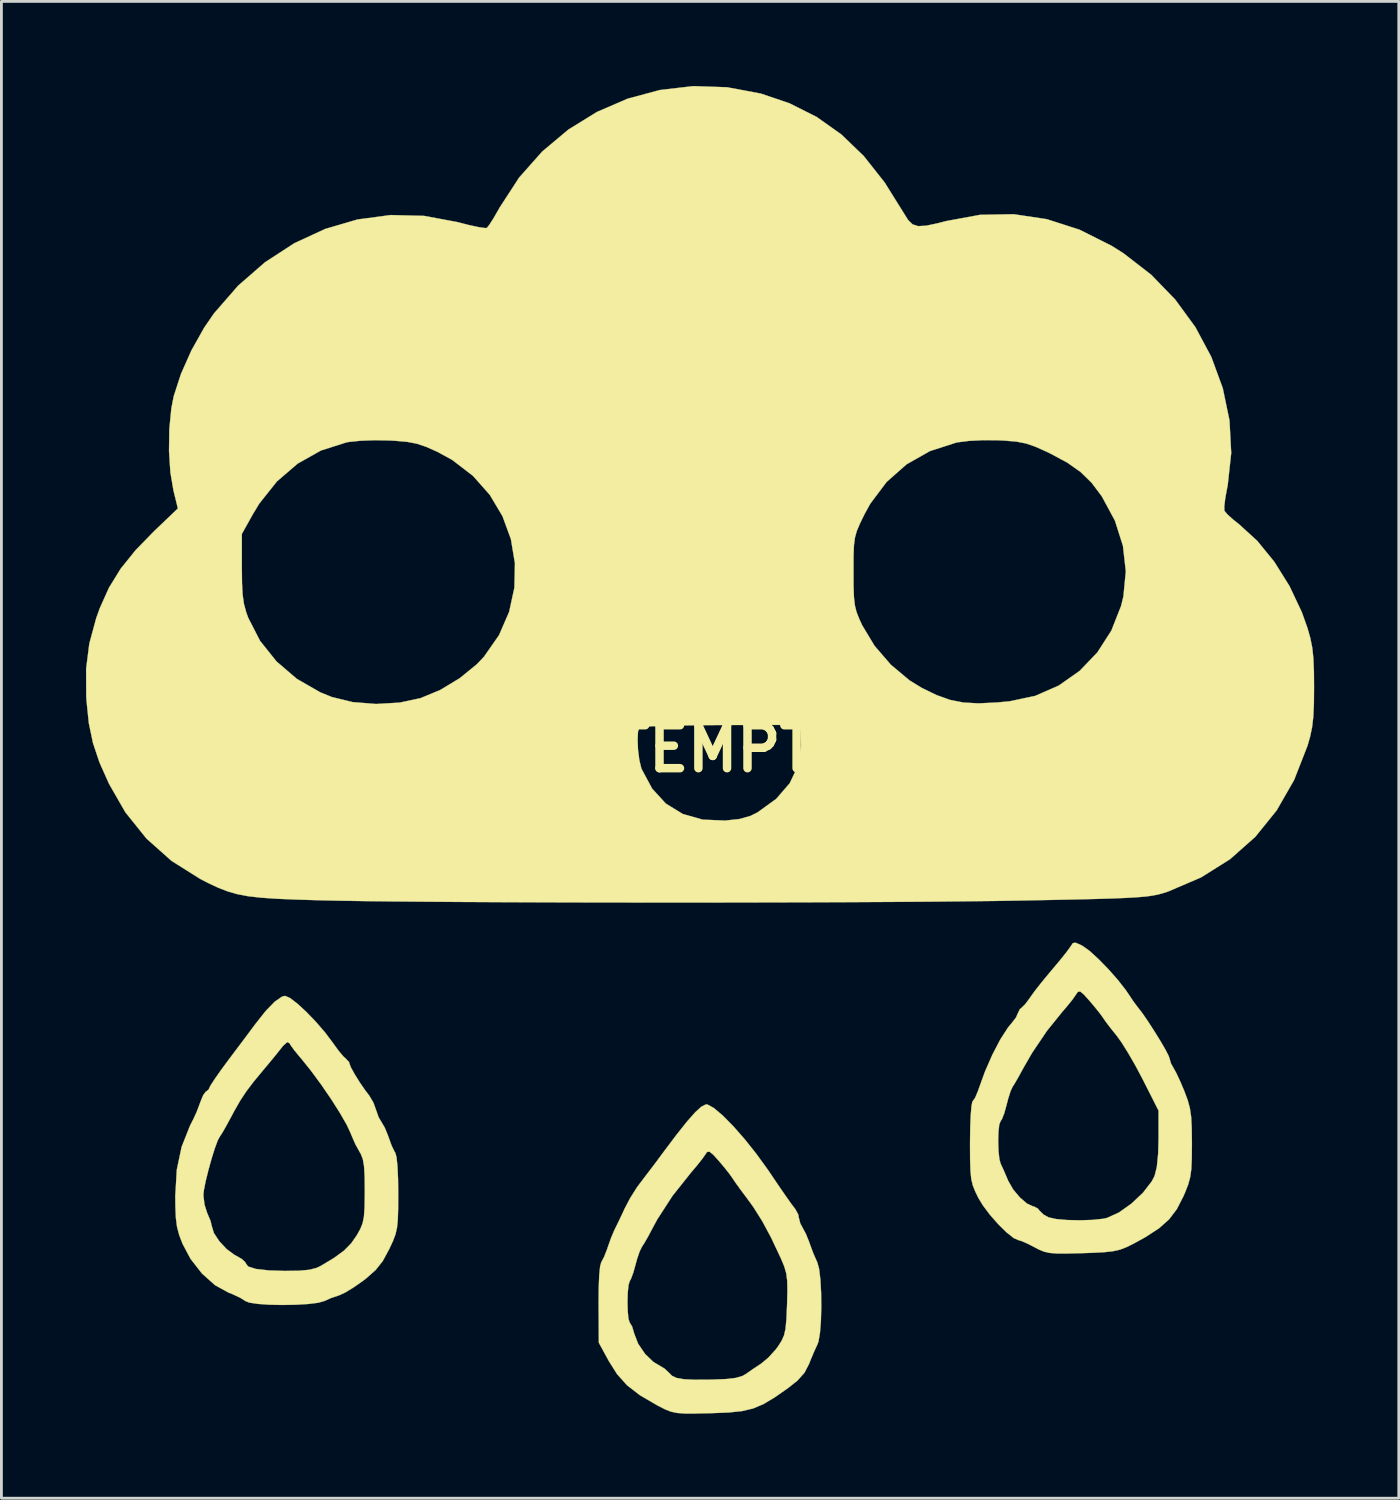
<source format=kicad_pcb>
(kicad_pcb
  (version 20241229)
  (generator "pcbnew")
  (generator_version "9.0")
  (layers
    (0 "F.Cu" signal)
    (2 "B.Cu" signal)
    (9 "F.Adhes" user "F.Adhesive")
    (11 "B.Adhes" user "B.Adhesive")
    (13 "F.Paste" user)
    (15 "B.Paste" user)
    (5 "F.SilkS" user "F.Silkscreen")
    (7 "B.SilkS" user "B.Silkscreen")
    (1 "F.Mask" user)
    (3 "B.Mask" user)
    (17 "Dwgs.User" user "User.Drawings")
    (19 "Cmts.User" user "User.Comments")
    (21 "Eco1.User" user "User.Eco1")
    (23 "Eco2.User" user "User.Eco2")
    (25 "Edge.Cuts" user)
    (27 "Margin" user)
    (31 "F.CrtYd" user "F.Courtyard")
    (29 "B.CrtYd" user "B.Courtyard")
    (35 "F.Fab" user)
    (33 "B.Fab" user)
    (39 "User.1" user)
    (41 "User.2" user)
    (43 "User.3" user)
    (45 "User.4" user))
  (footprint "ATTEMPT3"
    (layer "F.Cu")
    (at 21.794 23.508)
    (property "Reference" "ATTEMPT3" (at 0 0 0) (layer "F.SilkS") (effects (font (size 1.524 1.524) (thickness 0.3))))
    (attr through_hole)
    (fp_poly (pts (xy 0.249 12.618) (xy 0.479 12.745) (xy 0.793 13.011) (xy 1.166 13.389) (xy 1.572 13.852) (xy 1.986 14.372) (xy 2.384 14.922) (xy 2.464 15.039) (xy 2.753 15.468) (xy 3.013 15.845) (xy 3.217 16.133) (xy 3.342 16.299) (xy 3.359 16.318) (xy 3.47 16.521) (xy 3.486 16.619) (xy 3.541 16.835) (xy 3.622 16.986) (xy 3.742 17.211) (xy 3.863 17.511) (xy 3.881 17.566) (xy 4.001 17.891) (xy 4.129 18.183) (xy 4.144 18.213) (xy 4.208 18.445) (xy 4.254 18.822) (xy 4.28 19.291) (xy 4.286 19.8) (xy 4.273 20.294) (xy 4.239 20.722) (xy 4.186 21.029) (xy 4.154 21.117) (xy 4.039 21.365) (xy 3.902 21.691) (xy 3.854 21.814) (xy 3.69 22.132) (xy 3.437 22.414) (xy 3.11 22.673) (xy 2.632 23.007) (xy 2.238 23.242) (xy 1.872 23.398) (xy 1.478 23.492) (xy 1.001 23.542) (xy 0.383 23.566) (xy 0.349 23.567) (xy -0.182 23.578) (xy -0.56 23.578) (xy -0.832 23.558) (xy -1.046 23.512) (xy -1.248 23.433) (xy -1.484 23.313) (xy -1.548 23.279) (xy -2.149 22.928) (xy -2.602 22.577) (xy -2.957 22.181) (xy -3.251 21.715) (xy -3.604 21.067) (xy -3.612 19.704) (xy -3.612 19.62) (xy -2.588 19.62) (xy -2.579 19.952) (xy -2.553 20.219) (xy -2.508 20.358) (xy -2.503 20.362) (xy -2.425 20.489) (xy -2.355 20.721) (xy -2.353 20.733) (xy -2.212 21.1) (xy -1.964 21.465) (xy -1.667 21.75) (xy -1.509 21.844) (xy -1.267 21.99) (xy -1.12 22.129) (xy -1.006 22.243) (xy -0.84 22.319) (xy -0.587 22.363) (xy -0.212 22.38) (xy 0.323 22.377) (xy 0.409 22.376) (xy 0.911 22.356) (xy 1.258 22.315) (xy 1.489 22.247) (xy 1.604 22.182) (xy 1.86 22.003) (xy 2.147 21.813) (xy 2.155 21.808) (xy 2.405 21.6) (xy 2.666 21.314) (xy 2.752 21.199) (xy 2.88 20.998) (xy 2.965 20.807) (xy 3.018 20.574) (xy 3.049 20.249) (xy 3.07 19.781) (xy 3.073 19.715) (xy 3.085 19.222) (xy 3.078 18.87) (xy 3.043 18.602) (xy 2.973 18.361) (xy 2.86 18.089) (xy 2.847 18.061) (xy 2.507 17.34) (xy 2.194 16.757) (xy 1.881 16.26) (xy 1.647 15.937) (xy 1.421 15.636) (xy 1.237 15.381) (xy 1.137 15.23) (xy 1.023 15.07) (xy 0.827 14.824) (xy 0.666 14.633) (xy 0.449 14.393) (xy 0.319 14.289) (xy 0.237 14.301) (xy 0.184 14.375) (xy 0.066 14.544) (xy -0.137 14.799) (xy -0.332 15.029) (xy -0.989 15.855) (xy -1.528 16.687) (xy -1.7 17.005) (xy -1.862 17.311) (xy -2.003 17.555) (xy -2.07 17.654) (xy -2.154 17.822) (xy -2.25 18.105) (xy -2.297 18.279) (xy -2.382 18.583) (xy -2.466 18.807) (xy -2.504 18.871) (xy -2.55 19.016) (xy -2.578 19.287) (xy -2.588 19.62) (xy -3.612 19.62) (xy -3.608 19.136) (xy -3.59 18.677) (xy -3.558 18.358) (xy -3.517 18.21) (xy -3.422 18.035) (xy -3.314 17.761) (xy -3.287 17.68) (xy -3.173 17.358) (xy -3.053 17.074) (xy -3.033 17.033) (xy -2.914 16.792) (xy -2.761 16.47) (xy -2.691 16.317) (xy -2.497 15.946) (xy -2.265 15.576) (xy -2.189 15.471) (xy -1.98 15.196) (xy -1.797 14.956) (xy -1.748 14.891) (xy -1.593 14.687) (xy -1.391 14.414) (xy -1.321 14.319) (xy -0.852 13.695) (xy -0.479 13.226) (xy -0.19 12.898) (xy 0.027 12.7) (xy 0.183 12.618) (xy 0.249 12.618)) (stroke (width 0.01) (type solid)) (fill yes) (layer "F.SilkS"))
    (fp_poly (pts (xy 13.499 6.964) (xy 13.569 7.002) (xy 13.807 7.174) (xy 14.121 7.461) (xy 14.467 7.816) (xy 14.801 8.194) (xy 15.08 8.55) (xy 15.193 8.716) (xy 15.359 8.965) (xy 15.504 9.158) (xy 15.509 9.164) (xy 15.67 9.372) (xy 15.877 9.673) (xy 16.102 10.021) (xy 16.318 10.371) (xy 16.497 10.679) (xy 16.609 10.898) (xy 16.635 10.974) (xy 16.688 11.16) (xy 16.771 11.308) (xy 16.877 11.499) (xy 17.022 11.808) (xy 17.17 12.16) (xy 17.285 12.472) (xy 17.361 12.755) (xy 17.406 13.065) (xy 17.426 13.46) (xy 17.432 13.995) (xy 17.432 14.003) (xy 17.428 14.523) (xy 17.412 14.9) (xy 17.372 15.191) (xy 17.302 15.45) (xy 17.191 15.735) (xy 17.124 15.887) (xy 16.898 16.327) (xy 16.625 16.688) (xy 16.267 17.007) (xy 15.783 17.322) (xy 15.374 17.547) (xy 15.114 17.676) (xy 14.884 17.765) (xy 14.634 17.822) (xy 14.314 17.857) (xy 13.874 17.879) (xy 13.547 17.89) (xy 13.02 17.903) (xy 12.648 17.903) (xy 12.383 17.882) (xy 12.181 17.835) (xy 11.996 17.758) (xy 11.853 17.682) (xy 11.575 17.541) (xy 11.359 17.451) (xy 11.291 17.434) (xy 11.112 17.356) (xy 10.857 17.153) (xy 10.565 16.865) (xy 10.272 16.533) (xy 10.018 16.195) (xy 9.855 15.926) (xy 9.739 15.685) (xy 9.658 15.477) (xy 9.606 15.256) (xy 9.578 14.978) (xy 9.565 14.599) (xy 9.562 14.073) (xy 9.562 13.954) (xy 9.563 13.923) (xy 10.561 13.923) (xy 10.572 14.266) (xy 10.603 14.556) (xy 10.648 14.718) (xy 10.74 14.914) (xy 10.865 15.203) (xy 10.916 15.325) (xy 11.09 15.629) (xy 11.33 15.916) (xy 11.587 16.135) (xy 11.808 16.235) (xy 11.833 16.236) (xy 11.973 16.312) (xy 12.023 16.38) (xy 12.173 16.525) (xy 12.352 16.622) (xy 12.613 16.68) (xy 13.004 16.715) (xy 13.457 16.725) (xy 13.903 16.711) (xy 14.276 16.672) (xy 14.42 16.641) (xy 14.843 16.449) (xy 15.289 16.133) (xy 15.698 15.746) (xy 16.009 15.343) (xy 16.108 15.153) (xy 16.188 14.835) (xy 16.236 14.35) (xy 16.249 13.826) (xy 16.249 12.835) (xy 15.686 11.722) (xy 15.432 11.243) (xy 15.168 10.785) (xy 14.928 10.403) (xy 14.758 10.168) (xy 14.538 9.895) (xy 14.362 9.662) (xy 14.294 9.561) (xy 14.175 9.395) (xy 13.975 9.146) (xy 13.814 8.955) (xy 13.599 8.715) (xy 13.47 8.609) (xy 13.39 8.619) (xy 13.325 8.71) (xy 13.197 8.894) (xy 12.99 9.151) (xy 12.853 9.308) (xy 12.295 9.999) (xy 11.764 10.785) (xy 11.457 11.317) (xy 11.287 11.629) (xy 11.144 11.877) (xy 11.069 11.994) (xy 10.999 12.147) (xy 10.912 12.423) (xy 10.86 12.626) (xy 10.776 12.928) (xy 10.692 13.142) (xy 10.648 13.204) (xy 10.599 13.329) (xy 10.57 13.59) (xy 10.561 13.923) (xy 9.563 13.923) (xy 9.569 13.447) (xy 9.586 13.015) (xy 9.612 12.694) (xy 9.643 12.522) (xy 9.655 12.505) (xy 9.742 12.381) (xy 9.843 12.143) (xy 9.866 12.076) (xy 10.09 11.456) (xy 10.355 10.85) (xy 10.637 10.31) (xy 10.91 9.887) (xy 11.043 9.727) (xy 11.193 9.533) (xy 11.256 9.387) (xy 11.33 9.237) (xy 11.383 9.194) (xy 11.52 9.059) (xy 11.685 8.838) (xy 11.699 8.815) (xy 11.853 8.6) (xy 12.094 8.293) (xy 12.376 7.95) (xy 12.459 7.853) (xy 12.73 7.53) (xy 12.959 7.246) (xy 13.106 7.047) (xy 13.132 7.007) (xy 13.211 6.893) (xy 13.311 6.88) (xy 13.499 6.964)) (stroke (width 0.01) (type solid)) (fill yes) (layer "F.SilkS"))
    (fp_poly (pts (xy -14.56 8.839) (xy -14.299 9.038) (xy -13.983 9.329) (xy -13.645 9.68) (xy -13.319 10.057) (xy -13.039 10.429) (xy -13.02 10.456) (xy -12.825 10.724) (xy -12.655 10.923) (xy -12.582 10.987) (xy -12.464 11.113) (xy -12.451 11.163) (xy -12.398 11.302) (xy -12.263 11.546) (xy -12.081 11.838) (xy -11.886 12.121) (xy -11.747 12.302) (xy -11.6 12.55) (xy -11.51 12.8) (xy -11.417 13.066) (xy -11.31 13.248) (xy -11.198 13.437) (xy -11.082 13.719) (xy -11.056 13.796) (xy -10.952 14.08) (xy -10.848 14.294) (xy -10.824 14.328) (xy -10.78 14.484) (xy -10.746 14.808) (xy -10.725 15.271) (xy -10.719 15.772) (xy -10.722 16.312) (xy -10.734 16.702) (xy -10.763 16.991) (xy -10.818 17.228) (xy -10.906 17.461) (xy -11.036 17.74) (xy -11.04 17.748) (xy -11.268 18.169) (xy -11.521 18.489) (xy -11.867 18.794) (xy -11.966 18.869) (xy -12.296 19.101) (xy -12.6 19.286) (xy -12.816 19.386) (xy -12.829 19.39) (xy -13.121 19.489) (xy -13.341 19.588) (xy -13.561 19.65) (xy -13.916 19.694) (xy -14.357 19.72) (xy -14.835 19.728) (xy -15.302 19.718) (xy -15.71 19.689) (xy -16.008 19.643) (xy -16.14 19.589) (xy -16.319 19.475) (xy -16.601 19.343) (xy -16.738 19.29) (xy -17.217 19.026) (xy -17.681 18.612) (xy -18.085 18.093) (xy -18.369 17.559) (xy -18.489 17.245) (xy -18.565 16.956) (xy -18.607 16.631) (xy -18.624 16.208) (xy -18.627 15.853) (xy -18.625 15.832) (xy -17.631 15.832) (xy -17.59 16.171) (xy -17.491 16.48) (xy -17.482 16.499) (xy -17.376 16.746) (xy -17.332 16.935) (xy -17.257 17.178) (xy -17.065 17.469) (xy -16.806 17.746) (xy -16.531 17.949) (xy -16.491 17.97) (xy -16.265 18.099) (xy -16.143 18.213) (xy -16.136 18.236) (xy -16.046 18.362) (xy -15.771 18.45) (xy -15.307 18.503) (xy -14.742 18.521) (xy -14.231 18.513) (xy -13.871 18.48) (xy -13.614 18.413) (xy -13.486 18.353) (xy -12.993 18.058) (xy -12.64 17.799) (xy -12.383 17.537) (xy -12.185 17.251) (xy -12.062 17.029) (xy -11.982 16.827) (xy -11.935 16.593) (xy -11.913 16.275) (xy -11.906 15.822) (xy -11.905 15.684) (xy -11.91 15.166) (xy -11.932 14.803) (xy -11.975 14.553) (xy -12.046 14.372) (xy -12.084 14.307) (xy -12.243 14.019) (xy -12.387 13.687) (xy -12.397 13.657) (xy -12.542 13.344) (xy -12.785 12.92) (xy -13.096 12.43) (xy -13.448 11.916) (xy -13.811 11.423) (xy -14.156 10.993) (xy -14.224 10.915) (xy -14.417 10.679) (xy -14.551 10.489) (xy -14.575 10.444) (xy -14.653 10.403) (xy -14.798 10.53) (xy -14.86 10.607) (xy -15.055 10.852) (xy -15.312 11.164) (xy -15.489 11.375) (xy -15.845 11.805) (xy -16.11 12.154) (xy -16.328 12.485) (xy -16.545 12.866) (xy -16.642 13.049) (xy -16.816 13.37) (xy -16.957 13.618) (xy -17.038 13.742) (xy -17.042 13.746) (xy -17.118 13.884) (xy -17.222 14.163) (xy -17.338 14.533) (xy -17.451 14.94) (xy -17.548 15.331) (xy -17.612 15.655) (xy -17.631 15.832) (xy -18.625 15.832) (xy -18.573 14.932) (xy -18.402 14.121) (xy -18.1 13.359) (xy -17.991 13.148) (xy -17.868 12.881) (xy -17.747 12.56) (xy -17.735 12.526) (xy -17.638 12.289) (xy -17.544 12.16) (xy -17.523 12.152) (xy -17.434 12.076) (xy -17.431 12.053) (xy -17.374 11.939) (xy -17.219 11.702) (xy -16.99 11.376) (xy -16.71 10.997) (xy -16.709 10.996) (xy -16.406 10.593) (xy -16.128 10.223) (xy -15.909 9.929) (xy -15.788 9.766) (xy -15.418 9.299) (xy -15.097 8.969) (xy -14.841 8.792) (xy -14.734 8.765) (xy -14.56 8.839)) (stroke (width 0.01) (type solid)) (fill yes) (layer "F.SilkS"))
    (fp_poly (pts (xy 0.944 -23.463) (xy 2.141 -23.239) (xy 3.157 -22.895) (xy 4.122 -22.41) (xy 4.996 -21.791) (xy 5.794 -21.022) (xy 6.534 -20.086) (xy 7.212 -19) (xy 7.367 -18.753) (xy 7.523 -18.601) (xy 7.722 -18.537) (xy 8.006 -18.552) (xy 8.415 -18.639) (xy 8.716 -18.717) (xy 9.919 -18.938) (xy 11.11 -18.96) (xy 12.285 -18.784) (xy 13.443 -18.412) (xy 14.58 -17.842) (xy 15.004 -17.575) (xy 15.988 -16.813) (xy 16.842 -15.931) (xy 17.556 -14.953) (xy 18.12 -13.899) (xy 18.527 -12.789) (xy 18.765 -11.646) (xy 18.826 -10.49) (xy 18.701 -9.342) (xy 18.679 -9.235) (xy 18.614 -8.879) (xy 18.58 -8.593) (xy 18.585 -8.439) (xy 18.586 -8.438) (xy 18.688 -8.316) (xy 18.9 -8.125) (xy 19.097 -7.969) (xy 19.748 -7.376) (xy 20.357 -6.629) (xy 20.894 -5.769) (xy 21.332 -4.842) (xy 21.531 -4.283) (xy 21.632 -3.927) (xy 21.7 -3.588) (xy 21.74 -3.213) (xy 21.76 -2.744) (xy 21.764 -2.191) (xy 21.759 -1.591) (xy 21.738 -1.134) (xy 21.695 -0.766) (xy 21.625 -0.431) (xy 21.531 -0.104) (xy 21.056 1.11) (xy 20.438 2.186) (xy 19.681 3.123) (xy 18.786 3.916) (xy 17.758 4.562) (xy 16.599 5.059) (xy 16.535 5.081) (xy 16.373 5.132) (xy 16.207 5.175) (xy 16.017 5.211) (xy 15.784 5.242) (xy 15.488 5.267) (xy 15.11 5.289) (xy 14.63 5.309) (xy 14.029 5.327) (xy 13.287 5.345) (xy 12.385 5.363) (xy 11.306 5.384) (xy 10.398 5.399) (xy 9.334 5.411) (xy 8.132 5.423) (xy 6.814 5.432) (xy 5.398 5.44) (xy 3.905 5.446) (xy 2.355 5.45) (xy 0.767 5.453) (xy -0.838 5.454) (xy -2.442 5.453) (xy -4.023 5.451) (xy -5.563 5.447) (xy -7.04 5.441) (xy -8.436 5.434) (xy -9.731 5.425) (xy -10.904 5.415) (xy -11.936 5.403) (xy -12.807 5.389) (xy -13.447 5.375) (xy -14.317 5.35) (xy -15.02 5.321) (xy -15.586 5.282) (xy -16.048 5.229) (xy -16.435 5.155) (xy -16.781 5.055) (xy -17.116 4.924) (xy -17.472 4.756) (xy -17.742 4.617) (xy -18.762 3.975) (xy -19.647 3.187) (xy -20.397 2.253) (xy -20.976 1.245) (xy -21.315 0.486) (xy -21.546 -0.204) (xy -21.569 -0.314) (xy -2.23 -0.314) (xy -2.214 0.038) (xy -2.169 0.391) (xy -2.101 0.679) (xy -2.085 0.722) (xy -1.713 1.415) (xy -1.226 1.946) (xy -0.626 2.314) (xy 0.081 2.514) (xy 0.875 2.547) (xy 1.379 2.493) (xy 1.766 2.385) (xy 2.026 2.256) (xy 2.688 1.777) (xy 3.167 1.223) (xy 3.462 0.599) (xy 3.571 -0.092) (xy 3.566 -0.316) (xy 3.536 -0.847) (xy 0.724 -0.841) (xy -0.006 -0.836) (xy -0.671 -0.827) (xy -1.244 -0.815) (xy -1.701 -0.799) (xy -2.014 -0.78) (xy -2.159 -0.76) (xy -2.164 -0.757) (xy -2.215 -0.601) (xy -2.23 -0.314) (xy -21.569 -0.314) (xy -21.693 -0.906) (xy -21.775 -1.702) (xy -21.785 -1.855) (xy -21.789 -2.834) (xy -21.676 -3.731) (xy -21.431 -4.633) (xy -21.302 -4.992) (xy -20.978 -5.713) (xy -20.565 -6.384) (xy -20.532 -6.425) (xy -16.266 -6.425) (xy -16.26 -5.868) (xy -16.237 -5.454) (xy -16.19 -5.131) (xy -16.111 -4.842) (xy -16.042 -4.649) (xy -15.621 -3.828) (xy -15.037 -3.097) (xy -14.317 -2.48) (xy -13.486 -2.002) (xy -13.071 -1.834) (xy -12.33 -1.654) (xy -11.503 -1.588) (xy -10.668 -1.637) (xy -9.931 -1.794) (xy -9.232 -2.084) (xy -8.54 -2.501) (xy -7.931 -2.997) (xy -7.678 -3.263) (xy -7.143 -4.031) (xy -6.785 -4.856) (xy -6.599 -5.713) (xy -6.586 -6.28) (xy 5.429 -6.28) (xy 5.431 -5.751) (xy 5.445 -5.37) (xy 5.478 -5.085) (xy 5.538 -4.846) (xy 5.635 -4.601) (xy 5.736 -4.381) (xy 6.174 -3.653) (xy 6.752 -2.982) (xy 7.419 -2.423) (xy 7.855 -2.156) (xy 8.378 -1.903) (xy 8.851 -1.734) (xy 9.329 -1.639) (xy 9.864 -1.61) (xy 10.509 -1.641) (xy 10.971 -1.684) (xy 11.875 -1.876) (xy 12.708 -2.241) (xy 13.449 -2.761) (xy 14.078 -3.417) (xy 14.575 -4.191) (xy 14.919 -5.063) (xy 15.002 -5.401) (xy 15.088 -6.292) (xy 14.986 -7.198) (xy 14.701 -8.093) (xy 14.239 -8.948) (xy 14.23 -8.962) (xy 13.877 -9.432) (xy 13.488 -9.813) (xy 13.014 -10.148) (xy 12.402 -10.476) (xy 12.291 -10.53) (xy 11.882 -10.714) (xy 11.546 -10.829) (xy 11.203 -10.895) (xy 10.772 -10.931) (xy 10.572 -10.941) (xy 10.038 -10.946) (xy 9.524 -10.92) (xy 9.113 -10.868) (xy 9.074 -10.86) (xy 8.141 -10.559) (xy 7.314 -10.091) (xy 6.605 -9.466) (xy 6.025 -8.694) (xy 5.811 -8.304) (xy 5.653 -7.979) (xy 5.546 -7.724) (xy 5.48 -7.487) (xy 5.445 -7.215) (xy 5.431 -6.856) (xy 5.429 -6.357) (xy 5.429 -6.28) (xy -6.586 -6.28) (xy -6.58 -6.58) (xy -6.722 -7.433) (xy -7.021 -8.25) (xy -7.471 -9.006) (xy -8.067 -9.679) (xy -8.804 -10.245) (xy -9.321 -10.528) (xy -9.719 -10.706) (xy -10.051 -10.819) (xy -10.396 -10.885) (xy -10.831 -10.924) (xy -11.042 -10.935) (xy -11.558 -10.944) (xy -12.062 -10.925) (xy -12.472 -10.882) (xy -12.558 -10.866) (xy -13.461 -10.579) (xy -14.287 -10.114) (xy -15.021 -9.484) (xy -15.646 -8.699) (xy -15.877 -8.317) (xy -16.266 -7.62) (xy -16.266 -6.425) (xy -20.532 -6.425) (xy -20.032 -7.047) (xy -19.372 -7.723) (xy -18.535 -8.523) (xy -18.693 -9.167) (xy -18.801 -9.809) (xy -18.849 -10.56) (xy -18.838 -11.34) (xy -18.767 -12.068) (xy -18.683 -12.501) (xy -18.425 -13.296) (xy -18.052 -14.134) (xy -17.604 -14.932) (xy -17.256 -15.439) (xy -16.398 -16.425) (xy -15.442 -17.257) (xy -14.407 -17.93) (xy -13.308 -18.438) (xy -12.164 -18.773) (xy -10.99 -18.93) (xy -9.805 -18.901) (xy -8.626 -18.682) (xy -8.618 -18.68) (xy -8.205 -18.574) (xy -7.863 -18.501) (xy -7.638 -18.469) (xy -7.576 -18.474) (xy -7.489 -18.582) (xy -7.338 -18.819) (xy -7.154 -19.137) (xy -7.119 -19.2) (xy -6.431 -20.259) (xy -5.614 -21.181) (xy -4.687 -21.96) (xy -3.67 -22.588) (xy -2.579 -23.059) (xy -1.434 -23.366) (xy -0.254 -23.503) (xy 0.944 -23.463)) (stroke (width 0.01) (type solid)) (fill yes) (layer "F.SilkS")))
  (gr_rect
    (start -3 -3)
    (end 46.564 50.091)
    (stroke (width 0.1) (type default))
    (fill no)
    (layer "Edge.Cuts")))
</source>
